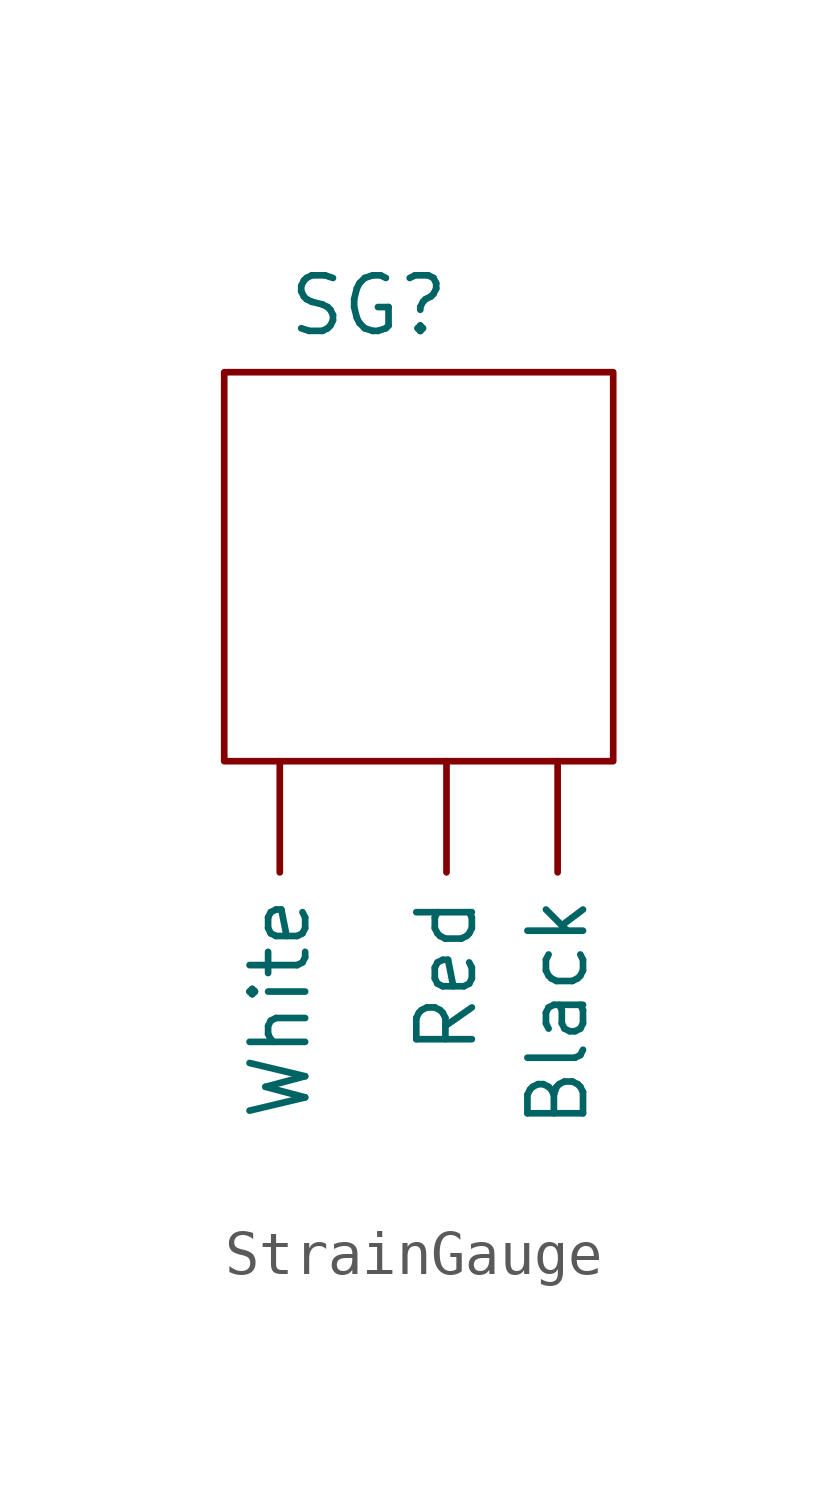
<source format=kicad_sym>
(kicad_symbol_lib
  (version 20231120)
  (generator "kicad_symbol_editor")
  (generator_version "8.0")
  (symbol "StrainGauge"
    (property "Reference" "SG"
      (at 3.302 10.414 0)
      (effects (font (size 1.27 1.27))))
    (property "Value" ""
      (at 0 0 0)
      (effects (font (size 1.27 1.27))))
    (symbol "StrainGauge_0_1"
      (rectangle (start 0 0) (end 8.89 8.89) (stroke (width 0) (type default)) (fill (type none))))
    (symbol "StrainGauge_1_1"
      (pin output line (at 7.62 0 270) (length 2.54) (name "Black" (effects (font (size 1.27 1.27)))) (number "" (effects (font (size 1.27 1.27)))))
      (pin output line (at 5.08 0 270) (length 2.54) (name "Red" (effects (font (size 1.27 1.27)))) (number "" (effects (font (size 1.27 1.27)))))
      (pin output line (at 1.27 0 270) (length 2.54) (name "White" (effects (font (size 1.27 1.27)))) (number "" (effects (font (size 1.27 1.27))))))))
</source>
